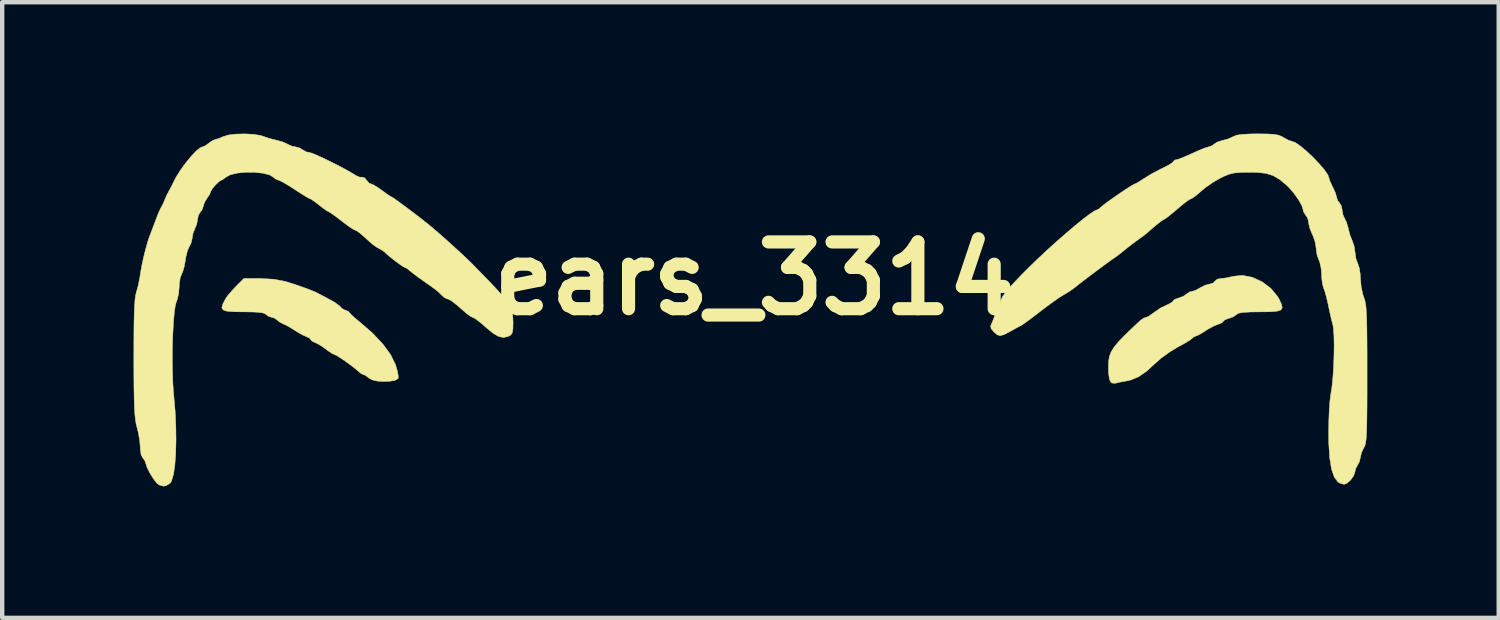
<source format=kicad_pcb>
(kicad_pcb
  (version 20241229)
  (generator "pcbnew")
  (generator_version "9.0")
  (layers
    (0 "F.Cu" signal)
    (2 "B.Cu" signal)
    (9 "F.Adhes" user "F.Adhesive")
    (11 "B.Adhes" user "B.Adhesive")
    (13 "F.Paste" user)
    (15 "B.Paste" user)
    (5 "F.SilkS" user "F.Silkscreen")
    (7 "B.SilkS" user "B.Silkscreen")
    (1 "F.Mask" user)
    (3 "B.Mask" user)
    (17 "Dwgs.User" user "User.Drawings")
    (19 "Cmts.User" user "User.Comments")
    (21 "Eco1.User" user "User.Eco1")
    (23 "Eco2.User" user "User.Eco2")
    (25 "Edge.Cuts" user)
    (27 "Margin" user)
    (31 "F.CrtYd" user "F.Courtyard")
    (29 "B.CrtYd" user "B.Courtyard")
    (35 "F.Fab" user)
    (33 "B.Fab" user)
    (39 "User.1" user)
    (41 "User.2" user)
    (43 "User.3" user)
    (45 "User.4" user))
  (footprint "ears_3314"
    (layer "F.Cu")
    (at 14.164 3.307)
    (property "Reference" "ears_3314" (at 0 0 0) (layer "F.SilkS") (effects (font (size 1.524 1.524) (thickness 0.3))))
    (attr through_hole)
    (fp_poly (pts (xy -10.962 0.017) (xy -10.69 0.07) (xy -10.629 0.089) (xy -10.363 0.176) (xy -10.15 0.254) (xy -9.999 0.316) (xy -9.948 0.342) (xy -9.866 0.387) (xy -9.758 0.443) (xy -9.758 0.443) (xy -9.57 0.546) (xy -9.457 0.631) (xy -9.428 0.667) (xy -9.361 0.715) (xy -9.335 0.72) (xy -9.261 0.752) (xy -9.241 0.776) (xy -9.192 0.83) (xy -9.097 0.916) (xy -8.996 0.999) (xy -8.711 1.246) (xy -8.474 1.498) (xy -8.296 1.742) (xy -8.186 1.966) (xy -8.183 1.975) (xy -8.143 2.116) (xy -8.123 2.228) (xy -8.126 2.283) (xy -8.193 2.323) (xy -8.32 2.346) (xy -8.484 2.351) (xy -8.601 2.342) (xy -8.718 2.314) (xy -8.801 2.269) (xy -8.807 2.262) (xy -8.872 2.21) (xy -8.902 2.201) (xy -8.965 2.174) (xy -9.013 2.136) (xy -9.095 2.066) (xy -9.209 1.977) (xy -9.336 1.885) (xy -9.455 1.805) (xy -9.544 1.751) (xy -9.579 1.736) (xy -9.634 1.711) (xy -9.726 1.65) (xy -9.773 1.614) (xy -9.889 1.533) (xy -9.994 1.474) (xy -10.022 1.463) (xy -10.096 1.427) (xy -10.118 1.397) (xy -10.153 1.358) (xy -10.213 1.331) (xy -10.305 1.29) (xy -10.427 1.221) (xy -10.484 1.184) (xy -10.605 1.109) (xy -10.711 1.053) (xy -10.745 1.04) (xy -10.841 0.988) (xy -10.881 0.951) (xy -10.962 0.898) (xy -11.007 0.889) (xy -11.095 0.858) (xy -11.134 0.826) (xy -11.178 0.796) (xy -11.263 0.776) (xy -11.401 0.766) (xy -11.607 0.762) (xy -11.648 0.762) (xy -11.879 0.759) (xy -12.034 0.746) (xy -12.121 0.717) (xy -12.15 0.663) (xy -12.127 0.58) (xy -12.063 0.459) (xy -12.053 0.443) (xy -11.995 0.365) (xy -11.9 0.257) (xy -11.825 0.178) (xy -11.648 0) (xy -11.278 0) (xy -10.962 0.017)) (stroke (width 0.01) (type solid)) (fill yes) (layer "F.SilkS"))
    (fp_poly (pts (xy 11.371 -0.028) (xy 11.595 0.075) (xy 11.794 0.225) (xy 11.95 0.413) (xy 11.984 0.473) (xy 12.037 0.587) (xy 12.054 0.666) (xy 12.025 0.717) (xy 11.941 0.746) (xy 11.792 0.759) (xy 11.568 0.762) (xy 11.542 0.762) (xy 11.316 0.765) (xy 11.16 0.774) (xy 11.064 0.791) (xy 11.013 0.818) (xy 11.009 0.823) (xy 10.932 0.876) (xy 10.834 0.911) (xy 10.747 0.941) (xy 10.71 0.976) (xy 10.71 0.976) (xy 10.674 1.013) (xy 10.597 1.043) (xy 10.494 1.084) (xy 10.364 1.154) (xy 10.305 1.192) (xy 10.195 1.261) (xy 10.111 1.305) (xy 10.085 1.312) (xy 10.024 1.341) (xy 9.999 1.365) (xy 9.942 1.41) (xy 9.831 1.477) (xy 9.689 1.555) (xy 9.669 1.565) (xy 9.486 1.676) (xy 9.292 1.817) (xy 9.147 1.944) (xy 8.95 2.123) (xy 8.776 2.242) (xy 8.605 2.314) (xy 8.473 2.344) (xy 8.35 2.366) (xy 8.259 2.388) (xy 8.247 2.393) (xy 8.17 2.386) (xy 8.137 2.363) (xy 8.109 2.292) (xy 8.09 2.159) (xy 8.086 2.03) (xy 8.09 1.899) (xy 8.108 1.785) (xy 8.148 1.678) (xy 8.216 1.567) (xy 8.321 1.439) (xy 8.471 1.285) (xy 8.672 1.092) (xy 8.81 0.963) (xy 8.889 0.906) (xy 8.94 0.889) (xy 9.007 0.863) (xy 9.067 0.819) (xy 9.273 0.675) (xy 9.451 0.59) (xy 9.534 0.545) (xy 9.567 0.507) (xy 9.604 0.475) (xy 9.691 0.445) (xy 9.691 0.445) (xy 9.799 0.406) (xy 9.866 0.357) (xy 9.944 0.304) (xy 9.985 0.296) (xy 10.066 0.274) (xy 10.17 0.219) (xy 10.181 0.212) (xy 10.293 0.154) (xy 10.393 0.127) (xy 10.399 0.127) (xy 10.482 0.101) (xy 10.514 0.064) (xy 10.57 0.016) (xy 10.651 0) (xy 10.767 -0.012) (xy 10.906 -0.043) (xy 10.93 -0.05) (xy 11.143 -0.072) (xy 11.371 -0.028)) (stroke (width 0.01) (type solid)) (fill yes) (layer "F.SilkS"))
    (fp_poly (pts (xy 11.709 -3.299) (xy 11.86 -3.291) (xy 11.964 -3.273) (xy 12.042 -3.243) (xy 12.086 -3.217) (xy 12.187 -3.161) (xy 12.266 -3.133) (xy 12.272 -3.133) (xy 12.355 -3.102) (xy 12.474 -3.02) (xy 12.616 -2.901) (xy 12.764 -2.76) (xy 12.904 -2.613) (xy 13.021 -2.475) (xy 13.099 -2.36) (xy 13.123 -2.289) (xy 13.142 -2.226) (xy 13.189 -2.122) (xy 13.208 -2.085) (xy 13.262 -1.97) (xy 13.291 -1.876) (xy 13.293 -1.858) (xy 13.323 -1.773) (xy 13.356 -1.736) (xy 13.405 -1.655) (xy 13.42 -1.571) (xy 13.442 -1.451) (xy 13.477 -1.375) (xy 13.524 -1.276) (xy 13.561 -1.148) (xy 13.563 -1.134) (xy 13.601 -0.992) (xy 13.651 -0.864) (xy 13.654 -0.859) (xy 13.698 -0.73) (xy 13.717 -0.593) (xy 13.736 -0.457) (xy 13.78 -0.339) (xy 13.814 -0.237) (xy 13.836 -0.09) (xy 13.841 0.01) (xy 13.856 0.185) (xy 13.892 0.358) (xy 13.917 0.433) (xy 13.937 0.488) (xy 13.952 0.554) (xy 13.965 0.64) (xy 13.974 0.755) (xy 13.981 0.907) (xy 13.986 1.107) (xy 13.989 1.362) (xy 13.991 1.682) (xy 13.991 2.075) (xy 13.991 2.182) (xy 13.991 2.592) (xy 13.99 2.925) (xy 13.987 3.191) (xy 13.983 3.398) (xy 13.978 3.555) (xy 13.969 3.669) (xy 13.958 3.751) (xy 13.944 3.807) (xy 13.927 3.847) (xy 13.917 3.863) (xy 13.863 3.975) (xy 13.842 4.073) (xy 13.815 4.185) (xy 13.778 4.252) (xy 13.729 4.345) (xy 13.716 4.405) (xy 13.687 4.498) (xy 13.617 4.598) (xy 13.531 4.675) (xy 13.467 4.699) (xy 13.372 4.673) (xy 13.328 4.646) (xy 13.243 4.534) (xy 13.179 4.35) (xy 13.138 4.092) (xy 13.116 3.756) (xy 13.114 3.493) (xy 13.118 3.249) (xy 13.127 3.017) (xy 13.141 2.819) (xy 13.157 2.677) (xy 13.162 2.646) (xy 13.189 2.478) (xy 13.211 2.259) (xy 13.227 2.01) (xy 13.236 1.751) (xy 13.239 1.503) (xy 13.234 1.287) (xy 13.221 1.122) (xy 13.209 1.058) (xy 13.173 0.913) (xy 13.131 0.729) (xy 13.1 0.58) (xy 13.063 0.423) (xy 13.026 0.289) (xy 12.997 0.213) (xy 12.972 0.125) (xy 12.956 -0.009) (xy 12.953 -0.092) (xy 12.94 -0.243) (xy 12.911 -0.375) (xy 12.89 -0.423) (xy 12.849 -0.539) (xy 12.829 -0.678) (xy 12.829 -0.688) (xy 12.806 -0.833) (xy 12.754 -0.982) (xy 12.742 -1.005) (xy 12.688 -1.133) (xy 12.659 -1.253) (xy 12.658 -1.275) (xy 12.635 -1.379) (xy 12.594 -1.439) (xy 12.54 -1.522) (xy 12.531 -1.569) (xy 12.504 -1.658) (xy 12.434 -1.785) (xy 12.336 -1.926) (xy 12.226 -2.058) (xy 12.164 -2.121) (xy 11.998 -2.259) (xy 11.847 -2.349) (xy 11.682 -2.4) (xy 11.479 -2.422) (xy 11.309 -2.424) (xy 11.109 -2.421) (xy 10.965 -2.409) (xy 10.849 -2.383) (xy 10.733 -2.337) (xy 10.641 -2.292) (xy 10.471 -2.194) (xy 10.3 -2.075) (xy 10.199 -1.991) (xy 10.093 -1.899) (xy 10.008 -1.837) (xy 9.971 -1.82) (xy 9.921 -1.794) (xy 9.825 -1.724) (xy 9.702 -1.624) (xy 9.66 -1.587) (xy 9.534 -1.481) (xy 9.433 -1.4) (xy 9.372 -1.357) (xy 9.364 -1.354) (xy 9.315 -1.327) (xy 9.222 -1.256) (xy 9.099 -1.155) (xy 8.975 -1.045) (xy 8.9 -0.984) (xy 8.792 -0.906) (xy 8.763 -0.885) (xy 8.632 -0.789) (xy 8.492 -0.68) (xy 8.463 -0.656) (xy 8.348 -0.563) (xy 8.242 -0.484) (xy 8.215 -0.466) (xy 8.127 -0.405) (xy 7.993 -0.307) (xy 7.83 -0.186) (xy 7.659 -0.058) (xy 7.499 0.064) (xy 7.37 0.165) (xy 7.334 0.194) (xy 7.206 0.287) (xy 7.075 0.368) (xy 7.059 0.376) (xy 6.969 0.431) (xy 6.834 0.525) (xy 6.673 0.643) (xy 6.54 0.744) (xy 6.382 0.866) (xy 6.244 0.969) (xy 6.142 1.042) (xy 6.096 1.072) (xy 6.023 1.109) (xy 5.91 1.171) (xy 5.846 1.207) (xy 5.709 1.279) (xy 5.618 1.305) (xy 5.548 1.286) (xy 5.475 1.222) (xy 5.467 1.213) (xy 5.407 1.138) (xy 5.401 1.074) (xy 5.439 0.991) (xy 5.485 0.867) (xy 5.503 0.756) (xy 5.523 0.665) (xy 5.561 0.622) (xy 5.609 0.568) (xy 5.643 0.474) (xy 5.678 0.4) (xy 5.761 0.288) (xy 5.897 0.133) (xy 6.089 -0.069) (xy 6.273 -0.254) (xy 6.472 -0.447) (xy 6.687 -0.648) (xy 6.91 -0.849) (xy 7.129 -1.04) (xy 7.334 -1.214) (xy 7.517 -1.362) (xy 7.667 -1.475) (xy 7.774 -1.546) (xy 7.823 -1.566) (xy 7.882 -1.595) (xy 7.913 -1.626) (xy 7.965 -1.671) (xy 8.066 -1.747) (xy 8.198 -1.841) (xy 8.343 -1.941) (xy 8.483 -2.035) (xy 8.599 -2.109) (xy 8.675 -2.153) (xy 8.692 -2.159) (xy 8.738 -2.181) (xy 8.83 -2.237) (xy 8.906 -2.287) (xy 9.058 -2.38) (xy 9.236 -2.476) (xy 9.331 -2.523) (xy 9.455 -2.586) (xy 9.541 -2.64) (xy 9.567 -2.67) (xy 9.602 -2.705) (xy 9.629 -2.709) (xy 9.695 -2.727) (xy 9.813 -2.773) (xy 9.962 -2.838) (xy 10.003 -2.857) (xy 10.157 -2.927) (xy 10.287 -2.979) (xy 10.37 -3.004) (xy 10.381 -3.006) (xy 10.463 -3.036) (xy 10.495 -3.065) (xy 10.567 -3.112) (xy 10.681 -3.149) (xy 10.699 -3.153) (xy 10.828 -3.189) (xy 10.933 -3.238) (xy 10.94 -3.242) (xy 11.016 -3.272) (xy 11.148 -3.291) (xy 11.347 -3.3) (xy 11.492 -3.302) (xy 11.709 -3.299)) (stroke (width 0.01) (type solid)) (fill yes) (layer "F.SilkS"))
    (fp_poly (pts (xy -11.43 -3.291) (xy -11.267 -3.265) (xy -11.206 -3.245) (xy -11.069 -3.198) (xy -10.916 -3.16) (xy -10.903 -3.157) (xy -10.771 -3.121) (xy -10.663 -3.074) (xy -10.65 -3.066) (xy -10.544 -3.018) (xy -10.471 -3.006) (xy -10.366 -2.978) (xy -10.314 -2.942) (xy -10.22 -2.889) (xy -10.16 -2.879) (xy -10.093 -2.86) (xy -9.97 -2.809) (xy -9.809 -2.735) (xy -9.628 -2.646) (xy -9.444 -2.553) (xy -9.277 -2.463) (xy -9.144 -2.385) (xy -9.091 -2.351) (xy -9.004 -2.313) (xy -8.952 -2.314) (xy -8.892 -2.298) (xy -8.849 -2.247) (xy -8.791 -2.178) (xy -8.746 -2.159) (xy -8.684 -2.135) (xy -8.582 -2.072) (xy -8.496 -2.011) (xy -8.387 -1.931) (xy -8.306 -1.877) (xy -8.277 -1.863) (xy -8.236 -1.839) (xy -8.144 -1.774) (xy -8.015 -1.679) (xy -7.864 -1.567) (xy -7.706 -1.447) (xy -7.557 -1.332) (xy -7.432 -1.232) (xy -7.366 -1.178) (xy -7.206 -1.041) (xy -7.022 -0.878) (xy -6.833 -0.707) (xy -6.658 -0.547) (xy -6.517 -0.413) (xy -6.458 -0.356) (xy -6.249 -0.143) (xy -6.06 0.052) (xy -5.9 0.221) (xy -5.777 0.356) (xy -5.699 0.447) (xy -5.673 0.486) (xy -5.649 0.537) (xy -5.591 0.619) (xy -5.588 0.623) (xy -5.536 0.716) (xy -5.51 0.84) (xy -5.503 1.001) (xy -5.506 1.151) (xy -5.521 1.239) (xy -5.554 1.288) (xy -5.606 1.319) (xy -5.715 1.347) (xy -5.828 1.326) (xy -5.96 1.25) (xy -6.126 1.113) (xy -6.138 1.102) (xy -6.257 0.999) (xy -6.356 0.924) (xy -6.415 0.89) (xy -6.419 0.89) (xy -6.476 0.863) (xy -6.568 0.796) (xy -6.619 0.751) (xy -6.785 0.606) (xy -6.901 0.515) (xy -6.977 0.472) (xy -7.005 0.466) (xy -7.067 0.438) (xy -7.121 0.392) (xy -7.181 0.331) (xy -7.247 0.274) (xy -7.338 0.204) (xy -7.474 0.109) (xy -7.537 0.064) (xy -7.672 -0.032) (xy -7.79 -0.121) (xy -7.856 -0.175) (xy -7.931 -0.233) (xy -7.978 -0.254) (xy -8.024 -0.278) (xy -8.112 -0.34) (xy -8.22 -0.421) (xy -8.324 -0.504) (xy -8.401 -0.571) (xy -8.424 -0.595) (xy -8.474 -0.633) (xy -8.549 -0.677) (xy -8.625 -0.72) (xy -8.695 -0.769) (xy -8.781 -0.842) (xy -8.905 -0.955) (xy -8.913 -0.963) (xy -9.009 -1.044) (xy -9.083 -1.094) (xy -9.103 -1.101) (xy -9.154 -1.125) (xy -9.253 -1.191) (xy -9.379 -1.284) (xy -9.415 -1.312) (xy -9.544 -1.411) (xy -9.647 -1.485) (xy -9.707 -1.522) (xy -9.714 -1.524) (xy -9.761 -1.549) (xy -9.849 -1.613) (xy -9.924 -1.672) (xy -10.03 -1.754) (xy -10.109 -1.808) (xy -10.137 -1.82) (xy -10.184 -1.842) (xy -10.284 -1.902) (xy -10.418 -1.987) (xy -10.486 -2.032) (xy -10.633 -2.126) (xy -10.757 -2.199) (xy -10.839 -2.239) (xy -10.857 -2.244) (xy -10.929 -2.273) (xy -10.961 -2.303) (xy -11.055 -2.362) (xy -11.209 -2.403) (xy -11.4 -2.423) (xy -11.603 -2.425) (xy -11.797 -2.406) (xy -11.958 -2.368) (xy -12.058 -2.313) (xy -12.127 -2.26) (xy -12.162 -2.244) (xy -12.213 -2.214) (xy -12.287 -2.144) (xy -12.359 -2.062) (xy -12.401 -1.996) (xy -12.404 -1.984) (xy -12.428 -1.922) (xy -12.486 -1.835) (xy -12.488 -1.832) (xy -12.548 -1.734) (xy -12.573 -1.65) (xy -12.604 -1.562) (xy -12.636 -1.524) (xy -12.686 -1.443) (xy -12.701 -1.36) (xy -12.724 -1.237) (xy -12.764 -1.143) (xy -12.81 -1.024) (xy -12.825 -0.93) (xy -12.851 -0.811) (xy -12.892 -0.73) (xy -12.935 -0.634) (xy -12.971 -0.493) (xy -12.983 -0.413) (xy -13.009 -0.269) (xy -13.045 -0.149) (xy -13.066 -0.107) (xy -13.1 -0.016) (xy -13.121 0.119) (xy -13.124 0.189) (xy -13.136 0.34) (xy -13.166 0.475) (xy -13.184 0.517) (xy -13.212 0.615) (xy -13.236 0.782) (xy -13.255 1.004) (xy -13.269 1.266) (xy -13.278 1.553) (xy -13.281 1.851) (xy -13.277 2.143) (xy -13.267 2.416) (xy -13.25 2.655) (xy -13.246 2.688) (xy -13.216 3.031) (xy -13.2 3.372) (xy -13.196 3.699) (xy -13.204 3.999) (xy -13.223 4.26) (xy -13.254 4.47) (xy -13.296 4.615) (xy -13.326 4.667) (xy -13.417 4.727) (xy -13.483 4.741) (xy -13.585 4.71) (xy -13.639 4.667) (xy -13.722 4.556) (xy -13.801 4.426) (xy -13.86 4.307) (xy -13.885 4.225) (xy -13.885 4.223) (xy -13.915 4.144) (xy -13.949 4.106) (xy -13.994 4.021) (xy -14.012 3.874) (xy -14.012 3.856) (xy -14.025 3.702) (xy -14.057 3.518) (xy -14.085 3.406) (xy -14.106 3.322) (xy -14.122 3.225) (xy -14.135 3.104) (xy -14.145 2.95) (xy -14.151 2.751) (xy -14.156 2.498) (xy -14.158 2.18) (xy -14.159 1.82) (xy -14.158 1.416) (xy -14.156 1.089) (xy -14.151 0.829) (xy -14.143 0.63) (xy -14.132 0.482) (xy -14.118 0.379) (xy -14.103 0.318) (xy -14.062 0.173) (xy -14.026 -0.003) (xy -14.013 -0.085) (xy -13.984 -0.258) (xy -13.941 -0.463) (xy -13.89 -0.669) (xy -13.84 -0.847) (xy -13.804 -0.953) (xy -13.772 -1.036) (xy -13.722 -1.168) (xy -13.676 -1.291) (xy -13.621 -1.435) (xy -13.572 -1.552) (xy -13.543 -1.609) (xy -13.494 -1.702) (xy -13.479 -1.736) (xy -13.411 -1.896) (xy -13.341 -2.028) (xy -13.338 -2.032) (xy -13.288 -2.126) (xy -13.273 -2.159) (xy -13.199 -2.307) (xy -13.095 -2.473) (xy -12.974 -2.639) (xy -12.849 -2.791) (xy -12.733 -2.913) (xy -12.637 -2.989) (xy -12.59 -3.005) (xy -12.527 -3.031) (xy -12.446 -3.09) (xy -12.36 -3.151) (xy -12.296 -3.175) (xy -12.224 -3.193) (xy -12.124 -3.238) (xy -12.123 -3.238) (xy -12.002 -3.275) (xy -11.827 -3.296) (xy -11.627 -3.301) (xy -11.43 -3.291)) (stroke (width 0.01) (type solid)) (fill yes) (layer "F.SilkS")))
  (gr_rect
    (start -3 -3)
    (end 31.16 11.053)
    (stroke (width 0.1) (type default))
    (fill no)
    (layer "Edge.Cuts")))
</source>
